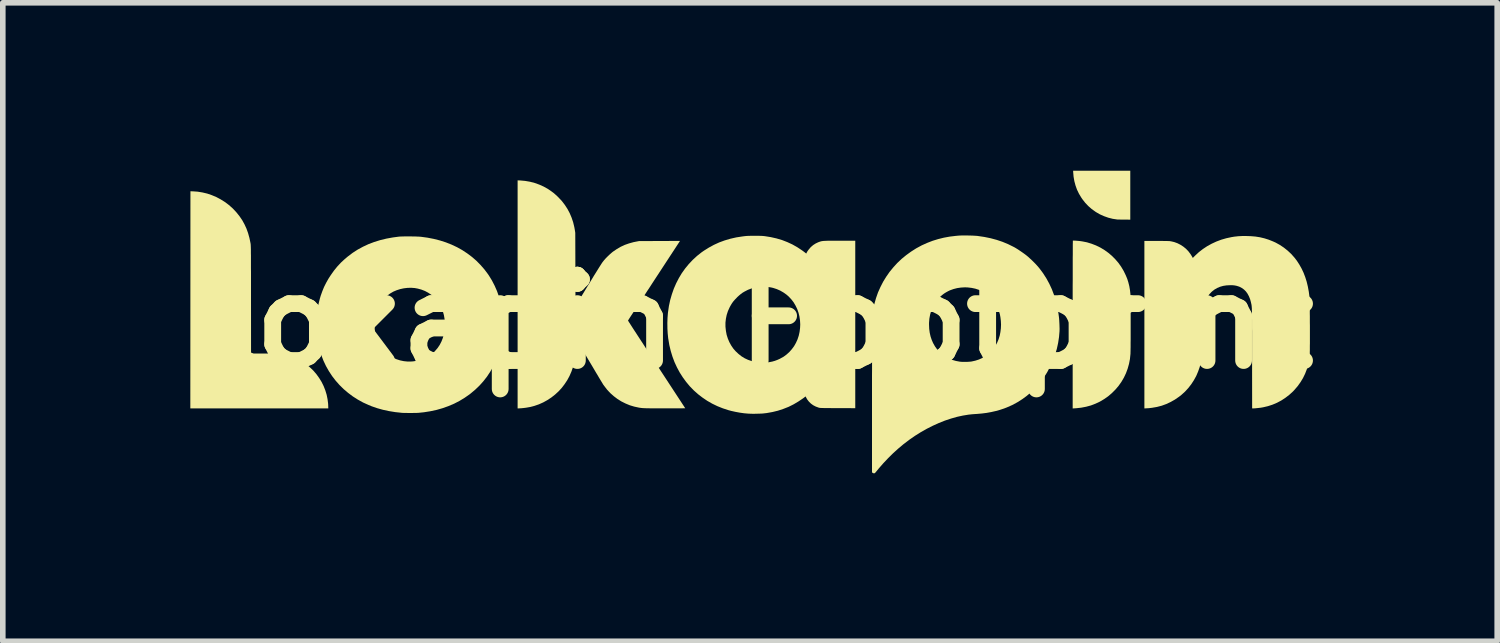
<source format=kicad_pcb>
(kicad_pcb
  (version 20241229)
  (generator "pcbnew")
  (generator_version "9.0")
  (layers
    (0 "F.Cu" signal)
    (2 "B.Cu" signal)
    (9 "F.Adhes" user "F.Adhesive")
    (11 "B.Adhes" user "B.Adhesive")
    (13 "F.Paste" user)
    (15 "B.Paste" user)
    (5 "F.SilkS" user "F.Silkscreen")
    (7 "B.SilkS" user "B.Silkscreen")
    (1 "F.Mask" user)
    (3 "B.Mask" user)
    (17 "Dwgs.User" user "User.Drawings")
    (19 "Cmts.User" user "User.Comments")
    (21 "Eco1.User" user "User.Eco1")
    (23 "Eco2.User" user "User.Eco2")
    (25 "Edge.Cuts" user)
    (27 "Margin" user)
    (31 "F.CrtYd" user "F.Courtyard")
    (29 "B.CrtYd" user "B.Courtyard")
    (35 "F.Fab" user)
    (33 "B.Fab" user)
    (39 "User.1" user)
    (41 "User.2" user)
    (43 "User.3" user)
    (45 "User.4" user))
  (footprint "Lokapin Footprint"
    (layer "F.Cu")
    (at 10.349 2.701)
    (property "Reference" "Lokapin Footprint" (at 0 0 0) (layer "F.SilkS") (effects (font (size 1.524 1.524) (thickness 0.3))))
    (attr board_only exclude_from_pos_files exclude_from_bom)
    (fp_poly (pts (xy 6.793 -1.827) (xy 6.682 -1.828) (xy 6.654 -1.828) (xy 6.627 -1.828) (xy 6.603 -1.829) (xy 6.583 -1.829) (xy 6.568 -1.829) (xy 6.56 -1.83) (xy 6.559 -1.83) (xy 6.479 -1.842) (xy 6.4 -1.862) (xy 6.324 -1.889) (xy 6.25 -1.922) (xy 6.179 -1.963) (xy 6.169 -1.97) (xy 6.103 -2.017) (xy 6.043 -2.07) (xy 5.987 -2.129) (xy 5.937 -2.193) (xy 5.918 -2.221) (xy 5.877 -2.289) (xy 5.842 -2.361) (xy 5.815 -2.436) (xy 5.794 -2.514) (xy 5.78 -2.595) (xy 5.774 -2.665) (xy 5.772 -2.701) (xy 6.793 -2.701)) (stroke (width 0) (type solid)) (fill yes) (layer "F.SilkS"))
    (fp_poly (pts (xy -9.955 -2.333) (xy -9.869 -2.327) (xy -9.783 -2.313) (xy -9.698 -2.293) (xy -9.616 -2.265) (xy -9.535 -2.231) (xy -9.458 -2.19) (xy -9.384 -2.144) (xy -9.313 -2.091) (xy -9.247 -2.033) (xy -9.23 -2.016) (xy -9.171 -1.952) (xy -9.118 -1.885) (xy -9.071 -1.816) (xy -9.031 -1.743) (xy -8.996 -1.667) (xy -8.967 -1.586) (xy -8.943 -1.5) (xy -8.924 -1.409) (xy -8.923 -1.401) (xy -8.922 -1.397) (xy -8.921 -1.392) (xy -8.921 -1.386) (xy -8.92 -1.38) (xy -8.92 -1.372) (xy -8.919 -1.362) (xy -8.919 -1.35) (xy -8.918 -1.337) (xy -8.918 -1.32) (xy -8.917 -1.301) (xy -8.917 -1.279) (xy -8.917 -1.254) (xy -8.917 -1.225) (xy -8.916 -1.192) (xy -8.916 -1.155) (xy -8.916 -1.114) (xy -8.916 -1.068) (xy -8.916 -1.017) (xy -8.916 -0.96) (xy -8.915 -0.898) (xy -8.915 -0.831) (xy -8.915 -0.757) (xy -8.915 -0.676) (xy -8.915 -0.589) (xy -8.915 -0.495) (xy -8.915 -0.398) (xy -8.914 0.565) (xy -8.681 0.565) (xy -8.628 0.565) (xy -8.581 0.565) (xy -8.54 0.566) (xy -8.505 0.566) (xy -8.475 0.567) (xy -8.448 0.568) (xy -8.425 0.569) (xy -8.404 0.571) (xy -8.385 0.572) (xy -8.367 0.575) (xy -8.349 0.578) (xy -8.331 0.581) (xy -8.312 0.585) (xy -8.308 0.586) (xy -8.226 0.607) (xy -8.147 0.635) (xy -8.071 0.67) (xy -7.997 0.711) (xy -7.928 0.758) (xy -7.863 0.811) (xy -7.802 0.869) (xy -7.747 0.933) (xy -7.698 1.001) (xy -7.654 1.072) (xy -7.617 1.147) (xy -7.587 1.224) (xy -7.563 1.303) (xy -7.547 1.383) (xy -7.537 1.464) (xy -7.536 1.489) (xy -7.534 1.545) (xy -9.999 1.545) (xy -9.998 -0.395) (xy -9.997 -2.334)) (stroke (width 0) (type solid)) (fill yes) (layer "F.SilkS"))
    (fp_poly (pts (xy 5.785 -1.453) (xy 5.801 -1.452) (xy 5.822 -1.451) (xy 5.844 -1.449) (xy 5.868 -1.447) (xy 5.891 -1.445) (xy 5.913 -1.442) (xy 5.931 -1.439) (xy 5.934 -1.439) (xy 6.019 -1.422) (xy 6.101 -1.397) (xy 6.181 -1.366) (xy 6.257 -1.329) (xy 6.33 -1.285) (xy 6.399 -1.236) (xy 6.464 -1.181) (xy 6.524 -1.121) (xy 6.58 -1.056) (xy 6.63 -0.986) (xy 6.674 -0.912) (xy 6.712 -0.834) (xy 6.739 -0.769) (xy 6.759 -0.705) (xy 6.776 -0.637) (xy 6.788 -0.566) (xy 6.796 -0.494) (xy 6.796 -0.486) (xy 6.797 -0.474) (xy 6.797 -0.455) (xy 6.798 -0.43) (xy 6.798 -0.399) (xy 6.799 -0.363) (xy 6.799 -0.322) (xy 6.799 -0.277) (xy 6.799 -0.229) (xy 6.8 -0.178) (xy 6.8 -0.124) (xy 6.8 -0.069) (xy 6.8 -0.012) (xy 6.8 0.045) (xy 6.8 0.102) (xy 6.8 0.158) (xy 6.8 0.214) (xy 6.8 0.267) (xy 6.8 0.318) (xy 6.799 0.367) (xy 6.799 0.412) (xy 6.799 0.452) (xy 6.798 0.488) (xy 6.798 0.519) (xy 6.797 0.545) (xy 6.797 0.563) (xy 6.796 0.575) (xy 6.787 0.664) (xy 6.77 0.751) (xy 6.746 0.836) (xy 6.716 0.917) (xy 6.679 0.995) (xy 6.635 1.07) (xy 6.585 1.141) (xy 6.529 1.207) (xy 6.466 1.27) (xy 6.463 1.273) (xy 6.396 1.33) (xy 6.324 1.38) (xy 6.25 1.424) (xy 6.171 1.461) (xy 6.09 1.492) (xy 6.005 1.515) (xy 5.917 1.532) (xy 5.827 1.542) (xy 5.81 1.543) (xy 5.764 1.546) (xy 5.764 0.048) (xy 5.764 -0.081) (xy 5.764 -0.206) (xy 5.764 -0.325) (xy 5.764 -0.439) (xy 5.764 -0.547) (xy 5.764 -0.651) (xy 5.765 -0.748) (xy 5.765 -0.84) (xy 5.765 -0.926) (xy 5.765 -1.005) (xy 5.765 -1.079) (xy 5.765 -1.147) (xy 5.766 -1.208) (xy 5.766 -1.262) (xy 5.766 -1.31) (xy 5.766 -1.352) (xy 5.766 -1.386) (xy 5.767 -1.413) (xy 5.767 -1.433) (xy 5.767 -1.446) (xy 5.768 -1.452) (xy 5.768 -1.452) (xy 5.773 -1.453)) (stroke (width 0) (type solid)) (fill yes) (layer "F.SilkS"))
    (fp_poly (pts (xy -4.103 -2.527) (xy -4.016 -2.519) (xy -3.93 -2.504) (xy -3.846 -2.482) (xy -3.765 -2.453) (xy -3.687 -2.418) (xy -3.613 -2.377) (xy -3.592 -2.363) (xy -3.55 -2.334) (xy -3.512 -2.306) (xy -3.476 -2.275) (xy -3.439 -2.241) (xy -3.423 -2.225) (xy -3.362 -2.16) (xy -3.309 -2.091) (xy -3.262 -2.019) (xy -3.222 -1.944) (xy -3.188 -1.864) (xy -3.16 -1.781) (xy -3.139 -1.694) (xy -3.13 -1.644) (xy -3.122 -1.592) (xy -3.12 -0.938) (xy -3.118 -0.284) (xy -2.893 -0.653) (xy -2.854 -0.717) (xy -2.818 -0.776) (xy -2.785 -0.831) (xy -2.754 -0.88) (xy -2.726 -0.925) (xy -2.702 -0.964) (xy -2.681 -0.997) (xy -2.663 -1.025) (xy -2.649 -1.047) (xy -2.638 -1.063) (xy -2.634 -1.069) (xy -2.606 -1.104) (xy -2.574 -1.14) (xy -2.538 -1.176) (xy -2.502 -1.21) (xy -2.466 -1.241) (xy -2.45 -1.254) (xy -2.381 -1.301) (xy -2.311 -1.342) (xy -2.238 -1.376) (xy -2.161 -1.403) (xy -2.081 -1.425) (xy -2.036 -1.434) (xy -1.984 -1.444) (xy -1.251 -1.447) (xy -1.715 -0.738) (xy -1.758 -0.672) (xy -1.8 -0.607) (xy -1.842 -0.544) (xy -1.881 -0.483) (xy -1.919 -0.425) (xy -1.955 -0.37) (xy -1.989 -0.317) (xy -2.021 -0.269) (xy -2.051 -0.223) (xy -2.078 -0.182) (xy -2.102 -0.145) (xy -2.124 -0.112) (xy -2.142 -0.084) (xy -2.157 -0.061) (xy -2.168 -0.043) (xy -2.176 -0.031) (xy -2.179 -0.025) (xy -2.18 -0.025) (xy -2.178 -0.021) (xy -2.172 -0.012) (xy -2.163 0.004) (xy -2.149 0.024) (xy -2.133 0.05) (xy -2.113 0.081) (xy -2.09 0.117) (xy -2.064 0.157) (xy -2.035 0.201) (xy -2.004 0.249) (xy -1.97 0.301) (xy -1.934 0.356) (xy -1.896 0.414) (xy -1.857 0.475) (xy -1.815 0.538) (xy -1.772 0.604) (xy -1.728 0.671) (xy -1.683 0.741) (xy -1.669 0.761) (xy -1.157 1.543) (xy -1.501 1.544) (xy -1.567 1.544) (xy -1.625 1.544) (xy -1.678 1.544) (xy -1.724 1.544) (xy -1.765 1.544) (xy -1.801 1.543) (xy -1.833 1.543) (xy -1.861 1.542) (xy -1.885 1.541) (xy -1.906 1.54) (xy -1.925 1.539) (xy -1.942 1.537) (xy -1.957 1.535) (xy -1.972 1.533) (xy -1.985 1.531) (xy -2.068 1.513) (xy -2.148 1.489) (xy -2.225 1.457) (xy -2.299 1.42) (xy -2.369 1.376) (xy -2.435 1.326) (xy -2.497 1.271) (xy -2.553 1.211) (xy -2.604 1.145) (xy -2.623 1.119) (xy -2.628 1.111) (xy -2.636 1.097) (xy -2.648 1.077) (xy -2.663 1.053) (xy -2.681 1.023) (xy -2.701 0.99) (xy -2.723 0.952) (xy -2.748 0.911) (xy -2.774 0.867) (xy -2.801 0.821) (xy -2.83 0.772) (xy -2.86 0.722) (xy -2.882 0.685) (xy -3.118 0.287) (xy -3.12 0.444) (xy -3.121 0.489) (xy -3.121 0.527) (xy -3.122 0.561) (xy -3.124 0.589) (xy -3.125 0.614) (xy -3.128 0.637) (xy -3.13 0.659) (xy -3.133 0.68) (xy -3.137 0.701) (xy -3.142 0.724) (xy -3.163 0.808) (xy -3.191 0.888) (xy -3.225 0.966) (xy -3.265 1.04) (xy -3.312 1.111) (xy -3.363 1.178) (xy -3.42 1.24) (xy -3.482 1.297) (xy -3.548 1.349) (xy -3.619 1.396) (xy -3.693 1.437) (xy -3.771 1.472) (xy -3.852 1.5) (xy -3.889 1.51) (xy -3.924 1.519) (xy -3.963 1.526) (xy -4.004 1.533) (xy -4.045 1.538) (xy -4.084 1.542) (xy -4.119 1.544) (xy -4.134 1.545) (xy -4.152 1.545) (xy -4.152 -2.529)) (stroke (width 0) (type solid)) (fill yes) (layer "F.SilkS"))
    (fp_poly (pts (xy -6.072 -1.528) (xy -6.031 -1.527) (xy -5.992 -1.527) (xy -5.954 -1.525) (xy -5.921 -1.524) (xy -5.893 -1.522) (xy -5.879 -1.521) (xy -5.762 -1.505) (xy -5.649 -1.483) (xy -5.539 -1.455) (xy -5.433 -1.421) (xy -5.332 -1.381) (xy -5.234 -1.335) (xy -5.141 -1.283) (xy -5.053 -1.225) (xy -4.969 -1.162) (xy -4.889 -1.093) (xy -4.815 -1.018) (xy -4.746 -0.939) (xy -4.682 -0.854) (xy -4.665 -0.829) (xy -4.611 -0.741) (xy -4.563 -0.648) (xy -4.521 -0.553) (xy -4.486 -0.454) (xy -4.457 -0.351) (xy -4.435 -0.246) (xy -4.42 -0.137) (xy -4.412 -0.027) (xy -4.412 -0.026) (xy -4.411 0.086) (xy -4.416 0.196) (xy -4.429 0.304) (xy -4.448 0.41) (xy -4.474 0.512) (xy -4.506 0.612) (xy -4.545 0.709) (xy -4.59 0.802) (xy -4.642 0.891) (xy -4.699 0.977) (xy -4.763 1.059) (xy -4.832 1.136) (xy -4.908 1.209) (xy -4.989 1.277) (xy -5.009 1.293) (xy -5.098 1.355) (xy -5.19 1.411) (xy -5.287 1.461) (xy -5.388 1.504) (xy -5.492 1.541) (xy -5.6 1.572) (xy -5.712 1.596) (xy -5.826 1.614) (xy -5.922 1.624) (xy -5.943 1.625) (xy -5.97 1.626) (xy -6.001 1.626) (xy -6.035 1.627) (xy -6.071 1.627) (xy -6.107 1.627) (xy -6.142 1.626) (xy -6.174 1.626) (xy -6.202 1.625) (xy -6.224 1.624) (xy -6.228 1.623) (xy -6.34 1.611) (xy -6.45 1.593) (xy -6.557 1.57) (xy -6.661 1.541) (xy -6.759 1.507) (xy -6.815 1.484) (xy -6.914 1.439) (xy -7.008 1.387) (xy -7.097 1.33) (xy -7.181 1.267) (xy -7.261 1.199) (xy -7.335 1.126) (xy -7.404 1.048) (xy -7.467 0.966) (xy -7.524 0.879) (xy -7.575 0.789) (xy -7.62 0.694) (xy -7.658 0.596) (xy -7.67 0.561) (xy -7.7 0.457) (xy -7.722 0.351) (xy -7.738 0.242) (xy -7.747 0.133) (xy -7.748 0.066) (xy -6.707 0.066) (xy -6.706 0.101) (xy -6.704 0.134) (xy -6.701 0.161) (xy -6.701 0.164) (xy -6.687 0.235) (xy -6.666 0.302) (xy -6.64 0.365) (xy -6.607 0.425) (xy -6.593 0.449) (xy -6.575 0.473) (xy -6.552 0.5) (xy -6.526 0.527) (xy -6.499 0.554) (xy -6.472 0.577) (xy -6.446 0.597) (xy -6.439 0.602) (xy -6.379 0.638) (xy -6.317 0.666) (xy -6.252 0.687) (xy -6.185 0.701) (xy -6.117 0.708) (xy -6.047 0.707) (xy -6.014 0.704) (xy -5.944 0.693) (xy -5.878 0.676) (xy -5.815 0.652) (xy -5.79 0.64) (xy -5.748 0.617) (xy -5.71 0.593) (xy -5.675 0.565) (xy -5.64 0.533) (xy -5.624 0.516) (xy -5.581 0.466) (xy -5.544 0.411) (xy -5.513 0.351) (xy -5.488 0.287) (xy -5.469 0.218) (xy -5.456 0.146) (xy -5.455 0.139) (xy -5.453 0.115) (xy -5.452 0.085) (xy -5.452 0.051) (xy -5.452 0.018) (xy -5.454 -0.015) (xy -5.456 -0.043) (xy -5.457 -0.053) (xy -5.469 -0.122) (xy -5.487 -0.186) (xy -5.511 -0.248) (xy -5.527 -0.283) (xy -5.562 -0.341) (xy -5.602 -0.395) (xy -5.646 -0.443) (xy -5.696 -0.486) (xy -5.75 -0.522) (xy -5.808 -0.553) (xy -5.87 -0.577) (xy -5.935 -0.595) (xy -5.989 -0.605) (xy -6.055 -0.61) (xy -6.121 -0.608) (xy -6.187 -0.6) (xy -6.251 -0.586) (xy -6.313 -0.566) (xy -6.372 -0.541) (xy -6.427 -0.509) (xy -6.433 -0.505) (xy -6.487 -0.465) (xy -6.535 -0.42) (xy -6.578 -0.369) (xy -6.614 -0.314) (xy -6.645 -0.254) (xy -6.671 -0.189) (xy -6.69 -0.12) (xy -6.701 -0.064) (xy -6.704 -0.038) (xy -6.706 -0.006) (xy -6.707 0.029) (xy -6.707 0.066) (xy -7.748 0.066) (xy -7.749 0.023) (xy -7.744 -0.086) (xy -7.732 -0.195) (xy -7.713 -0.303) (xy -7.687 -0.409) (xy -7.67 -0.467) (xy -7.641 -0.548) (xy -7.61 -0.624) (xy -7.573 -0.698) (xy -7.532 -0.771) (xy -7.491 -0.834) (xy -7.434 -0.915) (xy -7.374 -0.989) (xy -7.309 -1.059) (xy -7.239 -1.124) (xy -7.185 -1.169) (xy -7.099 -1.234) (xy -7.009 -1.292) (xy -6.915 -1.343) (xy -6.817 -1.389) (xy -6.714 -1.428) (xy -6.608 -1.461) (xy -6.497 -1.488) (xy -6.382 -1.509) (xy -6.277 -1.523) (xy -6.254 -1.525) (xy -6.225 -1.526) (xy -6.191 -1.527) (xy -6.154 -1.528) (xy -6.114 -1.528)) (stroke (width 0) (type solid)) (fill yes) (layer "F.SilkS"))
    (fp_poly (pts (xy 8.853 -1.535) (xy 8.944 -1.532) (xy 9.029 -1.525) (xy 9.111 -1.512) (xy 9.19 -1.493) (xy 9.266 -1.469) (xy 9.341 -1.439) (xy 9.388 -1.418) (xy 9.464 -1.376) (xy 9.536 -1.328) (xy 9.604 -1.274) (xy 9.667 -1.215) (xy 9.725 -1.15) (xy 9.769 -1.093) (xy 9.813 -1.025) (xy 9.853 -0.954) (xy 9.888 -0.88) (xy 9.918 -0.802) (xy 9.944 -0.72) (xy 9.965 -0.633) (xy 9.982 -0.541) (xy 9.995 -0.443) (xy 9.996 -0.433) (xy 9.997 -0.416) (xy 9.997 -0.392) (xy 9.998 -0.363) (xy 9.999 -0.329) (xy 9.999 -0.29) (xy 10 -0.247) (xy 10 -0.2) (xy 10 -0.15) (xy 10.001 -0.098) (xy 10.001 -0.045) (xy 10.001 0.01) (xy 10.002 0.066) (xy 10.002 0.122) (xy 10.002 0.177) (xy 10.002 0.231) (xy 10.002 0.283) (xy 10.002 0.334) (xy 10.002 0.381) (xy 10.001 0.425) (xy 10.001 0.465) (xy 10.001 0.501) (xy 10 0.531) (xy 10 0.556) (xy 9.999 0.575) (xy 9.999 0.586) (xy 9.988 0.675) (xy 9.971 0.762) (xy 9.947 0.846) (xy 9.916 0.926) (xy 9.878 1.004) (xy 9.833 1.078) (xy 9.782 1.149) (xy 9.724 1.216) (xy 9.7 1.242) (xy 9.634 1.302) (xy 9.565 1.355) (xy 9.492 1.403) (xy 9.415 1.444) (xy 9.335 1.478) (xy 9.252 1.505) (xy 9.167 1.525) (xy 9.144 1.529) (xy 9.121 1.533) (xy 9.094 1.536) (xy 9.066 1.539) (xy 9.039 1.542) (xy 9.014 1.544) (xy 8.993 1.545) (xy 8.987 1.545) (xy 8.97 1.545) (xy 8.969 0.651) (xy 8.969 0.553) (xy 8.969 0.462) (xy 8.969 0.378) (xy 8.969 0.301) (xy 8.969 0.23) (xy 8.969 0.166) (xy 8.968 0.107) (xy 8.968 0.053) (xy 8.968 0.004) (xy 8.968 -0.039) (xy 8.967 -0.078) (xy 8.967 -0.113) (xy 8.967 -0.144) (xy 8.966 -0.172) (xy 8.966 -0.196) (xy 8.965 -0.217) (xy 8.965 -0.235) (xy 8.964 -0.251) (xy 8.963 -0.265) (xy 8.962 -0.277) (xy 8.961 -0.287) (xy 8.96 -0.297) (xy 8.959 -0.305) (xy 8.957 -0.313) (xy 8.956 -0.32) (xy 8.954 -0.327) (xy 8.952 -0.335) (xy 8.95 -0.343) (xy 8.95 -0.347) (xy 8.934 -0.405) (xy 8.913 -0.457) (xy 8.888 -0.504) (xy 8.859 -0.544) (xy 8.825 -0.578) (xy 8.786 -0.606) (xy 8.744 -0.628) (xy 8.727 -0.634) (xy 8.692 -0.645) (xy 8.656 -0.652) (xy 8.616 -0.656) (xy 8.578 -0.656) (xy 8.514 -0.653) (xy 8.454 -0.644) (xy 8.397 -0.628) (xy 8.345 -0.606) (xy 8.297 -0.578) (xy 8.254 -0.544) (xy 8.24 -0.531) (xy 8.205 -0.493) (xy 8.175 -0.453) (xy 8.15 -0.408) (xy 8.128 -0.359) (xy 8.109 -0.304) (xy 8.094 -0.244) (xy 8.088 -0.215) (xy 8.087 -0.207) (xy 8.086 -0.2) (xy 8.085 -0.193) (xy 8.084 -0.185) (xy 8.083 -0.175) (xy 8.082 -0.163) (xy 8.082 -0.15) (xy 8.081 -0.133) (xy 8.081 -0.113) (xy 8.08 -0.09) (xy 8.08 -0.062) (xy 8.079 -0.03) (xy 8.079 0.008) (xy 8.079 0.051) (xy 8.078 0.101) (xy 8.078 0.157) (xy 8.077 0.211) (xy 8.077 0.285) (xy 8.076 0.351) (xy 8.076 0.409) (xy 8.075 0.461) (xy 8.074 0.506) (xy 8.074 0.544) (xy 8.073 0.575) (xy 8.072 0.599) (xy 8.071 0.617) (xy 8.07 0.628) (xy 8.07 0.629) (xy 8.055 0.718) (xy 8.034 0.804) (xy 8.005 0.886) (xy 7.971 0.966) (xy 7.929 1.042) (xy 7.882 1.114) (xy 7.829 1.182) (xy 7.771 1.245) (xy 7.706 1.304) (xy 7.665 1.336) (xy 7.591 1.387) (xy 7.515 1.43) (xy 7.436 1.467) (xy 7.354 1.497) (xy 7.269 1.519) (xy 7.182 1.534) (xy 7.124 1.541) (xy 7.104 1.542) (xy 7.086 1.543) (xy 7.07 1.544) (xy 7.06 1.545) (xy 7.059 1.545) (xy 7.045 1.545) (xy 7.045 -1.447) (xy 7.263 -1.447) (xy 7.311 -1.447) (xy 7.352 -1.447) (xy 7.387 -1.446) (xy 7.416 -1.446) (xy 7.44 -1.446) (xy 7.46 -1.445) (xy 7.477 -1.445) (xy 7.49 -1.444) (xy 7.501 -1.443) (xy 7.511 -1.441) (xy 7.516 -1.441) (xy 7.577 -1.427) (xy 7.635 -1.406) (xy 7.69 -1.378) (xy 7.741 -1.345) (xy 7.789 -1.306) (xy 7.831 -1.262) (xy 7.868 -1.213) (xy 7.892 -1.175) (xy 7.91 -1.143) (xy 7.953 -1.186) (xy 8.019 -1.247) (xy 8.09 -1.302) (xy 8.167 -1.353) (xy 8.247 -1.397) (xy 8.331 -1.436) (xy 8.419 -1.469) (xy 8.509 -1.495) (xy 8.602 -1.515) (xy 8.609 -1.516) (xy 8.65 -1.523) (xy 8.687 -1.527) (xy 8.723 -1.531) (xy 8.761 -1.533) (xy 8.801 -1.535) (xy 8.847 -1.535)) (stroke (width 0) (type solid)) (fill yes) (layer "F.SilkS"))
    (fp_poly (pts (xy 0.127 -1.539) (xy 0.167 -1.538) (xy 0.204 -1.537) (xy 0.236 -1.535) (xy 0.263 -1.532) (xy 0.264 -1.532) (xy 0.37 -1.515) (xy 0.472 -1.492) (xy 0.571 -1.463) (xy 0.666 -1.426) (xy 0.757 -1.384) (xy 0.845 -1.334) (xy 0.93 -1.278) (xy 0.974 -1.245) (xy 1.005 -1.221) (xy 1.01 -1.233) (xy 1.018 -1.249) (xy 1.03 -1.268) (xy 1.045 -1.289) (xy 1.062 -1.309) (xy 1.078 -1.328) (xy 1.087 -1.338) (xy 1.128 -1.373) (xy 1.172 -1.401) (xy 1.218 -1.423) (xy 1.238 -1.43) (xy 1.248 -1.434) (xy 1.259 -1.437) (xy 1.269 -1.44) (xy 1.279 -1.442) (xy 1.291 -1.444) (xy 1.305 -1.446) (xy 1.321 -1.447) (xy 1.339 -1.448) (xy 1.361 -1.449) (xy 1.387 -1.45) (xy 1.418 -1.45) (xy 1.454 -1.45) (xy 1.495 -1.45) (xy 1.543 -1.45) (xy 1.598 -1.45) (xy 1.88 -1.45) (xy 1.88 1.541) (xy 1.566 1.54) (xy 1.51 1.54) (xy 1.462 1.54) (xy 1.419 1.539) (xy 1.383 1.539) (xy 1.352 1.539) (xy 1.326 1.539) (xy 1.304 1.538) (xy 1.287 1.538) (xy 1.272 1.537) (xy 1.261 1.537) (xy 1.251 1.536) (xy 1.244 1.535) (xy 1.238 1.534) (xy 1.232 1.533) (xy 1.227 1.531) (xy 1.223 1.53) (xy 1.174 1.512) (xy 1.128 1.488) (xy 1.088 1.459) (xy 1.052 1.424) (xy 1.021 1.384) (xy 1.002 1.35) (xy 0.993 1.331) (xy 0.948 1.365) (xy 0.865 1.421) (xy 0.779 1.472) (xy 0.689 1.517) (xy 0.595 1.554) (xy 0.498 1.586) (xy 0.399 1.61) (xy 0.298 1.628) (xy 0.256 1.633) (xy 0.228 1.636) (xy 0.195 1.638) (xy 0.158 1.639) (xy 0.12 1.64) (xy 0.081 1.641) (xy 0.043 1.641) (xy 0.01 1.64) (xy -0.019 1.639) (xy -0.023 1.639) (xy -0.105 1.632) (xy -0.183 1.621) (xy -0.259 1.607) (xy -0.335 1.59) (xy -0.384 1.577) (xy -0.485 1.544) (xy -0.583 1.505) (xy -0.676 1.46) (xy -0.765 1.409) (xy -0.849 1.352) (xy -0.93 1.29) (xy -1.005 1.223) (xy -1.076 1.15) (xy -1.141 1.072) (xy -1.201 0.99) (xy -1.256 0.904) (xy -1.305 0.813) (xy -1.349 0.718) (xy -1.386 0.619) (xy -1.417 0.517) (xy -1.442 0.412) (xy -1.46 0.303) (xy -1.462 0.293) (xy -1.471 0.204) (xy -1.476 0.113) (xy -1.476 0.084) (xy -0.439 0.084) (xy -0.431 0.158) (xy -0.431 0.159) (xy -0.418 0.229) (xy -0.397 0.296) (xy -0.37 0.36) (xy -0.337 0.42) (xy -0.299 0.476) (xy -0.257 0.524) (xy -0.206 0.572) (xy -0.153 0.614) (xy -0.096 0.649) (xy -0.036 0.677) (xy 0.028 0.699) (xy 0.096 0.716) (xy 0.128 0.721) (xy 0.148 0.723) (xy 0.173 0.725) (xy 0.203 0.726) (xy 0.234 0.726) (xy 0.265 0.725) (xy 0.295 0.724) (xy 0.321 0.722) (xy 0.342 0.719) (xy 0.348 0.718) (xy 0.399 0.708) (xy 0.444 0.695) (xy 0.487 0.679) (xy 0.53 0.66) (xy 0.539 0.655) (xy 0.599 0.622) (xy 0.653 0.582) (xy 0.703 0.537) (xy 0.747 0.487) (xy 0.787 0.433) (xy 0.82 0.375) (xy 0.848 0.313) (xy 0.87 0.247) (xy 0.885 0.179) (xy 0.894 0.108) (xy 0.897 0.046) (xy 0.893 -0.026) (xy 0.883 -0.097) (xy 0.866 -0.165) (xy 0.843 -0.23) (xy 0.813 -0.292) (xy 0.778 -0.351) (xy 0.737 -0.404) (xy 0.69 -0.454) (xy 0.652 -0.487) (xy 0.597 -0.526) (xy 0.538 -0.56) (xy 0.476 -0.587) (xy 0.411 -0.608) (xy 0.375 -0.616) (xy 0.303 -0.627) (xy 0.232 -0.631) (xy 0.163 -0.628) (xy 0.096 -0.617) (xy 0.03 -0.599) (xy -0.036 -0.574) (xy -0.062 -0.561) (xy -0.1 -0.541) (xy -0.134 -0.521) (xy -0.165 -0.498) (xy -0.196 -0.472) (xy -0.229 -0.442) (xy -0.237 -0.433) (xy -0.269 -0.4) (xy -0.297 -0.368) (xy -0.32 -0.337) (xy -0.341 -0.303) (xy -0.362 -0.266) (xy -0.365 -0.259) (xy -0.395 -0.193) (xy -0.417 -0.125) (xy -0.431 -0.057) (xy -0.439 0.013) (xy -0.439 0.084) (xy -1.476 0.084) (xy -1.477 0.02) (xy -1.474 -0.07) (xy -1.467 -0.158) (xy -1.465 -0.175) (xy -1.449 -0.285) (xy -1.426 -0.392) (xy -1.396 -0.495) (xy -1.361 -0.595) (xy -1.319 -0.691) (xy -1.271 -0.784) (xy -1.218 -0.872) (xy -1.158 -0.956) (xy -1.093 -1.035) (xy -1.023 -1.109) (xy -0.947 -1.179) (xy -0.866 -1.243) (xy -0.823 -1.273) (xy -0.735 -1.328) (xy -0.645 -1.377) (xy -0.551 -1.42) (xy -0.453 -1.456) (xy -0.351 -1.486) (xy -0.246 -1.51) (xy -0.136 -1.527) (xy -0.097 -1.532) (xy -0.069 -1.535) (xy -0.035 -1.537) (xy 0.003 -1.538) (xy 0.043 -1.539) (xy 0.085 -1.539)) (stroke (width 0) (type solid)) (fill yes) (layer "F.SilkS"))
    (fp_poly (pts (xy 3.894 -1.544) (xy 3.934 -1.543) (xy 3.973 -1.542) (xy 4.01 -1.54) (xy 4.041 -1.538) (xy 4.067 -1.536) (xy 4.071 -1.535) (xy 4.186 -1.518) (xy 4.298 -1.495) (xy 4.406 -1.466) (xy 4.51 -1.431) (xy 4.609 -1.39) (xy 4.704 -1.343) (xy 4.729 -1.33) (xy 4.757 -1.313) (xy 4.788 -1.294) (xy 4.822 -1.271) (xy 4.856 -1.248) (xy 4.89 -1.224) (xy 4.92 -1.202) (xy 4.943 -1.184) (xy 4.971 -1.161) (xy 5.001 -1.133) (xy 5.034 -1.103) (xy 5.067 -1.07) (xy 5.1 -1.037) (xy 5.13 -1.004) (xy 5.156 -0.974) (xy 5.17 -0.957) (xy 5.235 -0.87) (xy 5.294 -0.778) (xy 5.346 -0.683) (xy 5.392 -0.584) (xy 5.431 -0.481) (xy 5.464 -0.374) (xy 5.491 -0.264) (xy 5.51 -0.151) (xy 5.517 -0.098) (xy 5.521 -0.064) (xy 5.524 -0.026) (xy 5.526 0.014) (xy 5.528 0.054) (xy 5.529 0.092) (xy 5.53 0.127) (xy 5.529 0.156) (xy 5.529 0.164) (xy 5.52 0.27) (xy 5.504 0.376) (xy 5.481 0.481) (xy 5.45 0.585) (xy 5.412 0.687) (xy 5.367 0.787) (xy 5.316 0.885) (xy 5.287 0.934) (xy 5.229 1.021) (xy 5.166 1.103) (xy 5.097 1.181) (xy 5.023 1.253) (xy 4.945 1.32) (xy 4.862 1.381) (xy 4.775 1.436) (xy 4.684 1.485) (xy 4.589 1.527) (xy 4.54 1.546) (xy 4.465 1.571) (xy 4.389 1.592) (xy 4.31 1.61) (xy 4.228 1.625) (xy 4.142 1.636) (xy 4.05 1.644) (xy 4.016 1.646) (xy 3.99 1.648) (xy 3.963 1.65) (xy 3.938 1.653) (xy 3.916 1.655) (xy 3.907 1.656) (xy 3.803 1.673) (xy 3.697 1.696) (xy 3.589 1.727) (xy 3.481 1.763) (xy 3.373 1.806) (xy 3.265 1.855) (xy 3.158 1.909) (xy 3.052 1.969) (xy 2.948 2.034) (xy 2.847 2.104) (xy 2.749 2.179) (xy 2.743 2.183) (xy 2.65 2.261) (xy 2.557 2.345) (xy 2.467 2.434) (xy 2.381 2.525) (xy 2.3 2.618) (xy 2.273 2.651) (xy 2.26 2.667) (xy 2.248 2.681) (xy 2.239 2.692) (xy 2.232 2.699) (xy 2.231 2.7) (xy 2.219 2.705) (xy 2.206 2.704) (xy 2.193 2.698) (xy 2.19 2.696) (xy 2.179 2.687) (xy 2.179 1.31) (xy 2.179 1.185) (xy 2.179 1.067) (xy 2.179 0.956) (xy 2.18 0.852) (xy 2.18 0.755) (xy 2.18 0.664) (xy 2.18 0.58) (xy 2.18 0.501) (xy 2.18 0.429) (xy 2.18 0.362) (xy 2.18 0.3) (xy 2.18 0.244) (xy 2.18 0.193) (xy 2.181 0.146) (xy 2.181 0.105) (xy 2.181 0.067) (xy 2.181 0.049) (xy 3.198 0.049) (xy 3.201 0.123) (xy 3.21 0.193) (xy 3.225 0.259) (xy 3.246 0.322) (xy 3.27 0.377) (xy 3.304 0.437) (xy 3.343 0.491) (xy 3.388 0.54) (xy 3.437 0.583) (xy 3.491 0.62) (xy 3.549 0.652) (xy 3.612 0.678) (xy 3.678 0.697) (xy 3.747 0.71) (xy 3.768 0.712) (xy 3.795 0.714) (xy 3.825 0.714) (xy 3.857 0.714) (xy 3.888 0.713) (xy 3.918 0.711) (xy 3.943 0.709) (xy 3.958 0.707) (xy 4.025 0.692) (xy 4.088 0.672) (xy 4.146 0.646) (xy 4.201 0.614) (xy 4.252 0.576) (xy 4.3 0.531) (xy 4.306 0.525) (xy 4.348 0.477) (xy 4.385 0.425) (xy 4.415 0.37) (xy 4.44 0.311) (xy 4.46 0.246) (xy 4.461 0.243) (xy 4.473 0.181) (xy 4.481 0.116) (xy 4.484 0.049) (xy 4.481 -0.018) (xy 4.473 -0.084) (xy 4.463 -0.138) (xy 4.443 -0.206) (xy 4.416 -0.269) (xy 4.385 -0.327) (xy 4.347 -0.381) (xy 4.305 -0.43) (xy 4.257 -0.474) (xy 4.205 -0.513) (xy 4.149 -0.546) (xy 4.089 -0.573) (xy 4.025 -0.594) (xy 3.958 -0.608) (xy 3.889 -0.616) (xy 3.841 -0.618) (xy 3.769 -0.614) (xy 3.7 -0.604) (xy 3.634 -0.587) (xy 3.57 -0.564) (xy 3.541 -0.55) (xy 3.501 -0.528) (xy 3.466 -0.506) (xy 3.432 -0.48) (xy 3.399 -0.451) (xy 3.373 -0.425) (xy 3.33 -0.374) (xy 3.292 -0.319) (xy 3.261 -0.26) (xy 3.236 -0.197) (xy 3.217 -0.13) (xy 3.204 -0.059) (xy 3.198 0.015) (xy 3.198 0.049) (xy 2.181 0.049) (xy 2.181 0.034) (xy 2.182 0.004) (xy 2.182 -0.021) (xy 2.182 -0.043) (xy 2.182 -0.062) (xy 2.183 -0.078) (xy 2.183 -0.091) (xy 2.184 -0.101) (xy 2.184 -0.108) (xy 2.184 -0.113) (xy 2.199 -0.219) (xy 2.222 -0.324) (xy 2.251 -0.426) (xy 2.286 -0.526) (xy 2.329 -0.622) (xy 2.377 -0.716) (xy 2.432 -0.806) (xy 2.492 -0.892) (xy 2.559 -0.974) (xy 2.63 -1.052) (xy 2.707 -1.125) (xy 2.79 -1.193) (xy 2.877 -1.256) (xy 2.968 -1.314) (xy 3.064 -1.366) (xy 3.072 -1.37) (xy 3.168 -1.413) (xy 3.264 -1.45) (xy 3.362 -1.48) (xy 3.463 -1.505) (xy 3.567 -1.524) (xy 3.676 -1.537) (xy 3.719 -1.541) (xy 3.746 -1.543) (xy 3.778 -1.544) (xy 3.814 -1.544) (xy 3.853 -1.544)) (stroke (width 0) (type solid)) (fill yes) (layer "F.SilkS")))
  (gr_rect
    (start -3 -3)
    (end 23.697 8.406)
    (stroke (width 0.1) (type default))
    (fill no)
    (layer "Edge.Cuts")))
</source>
